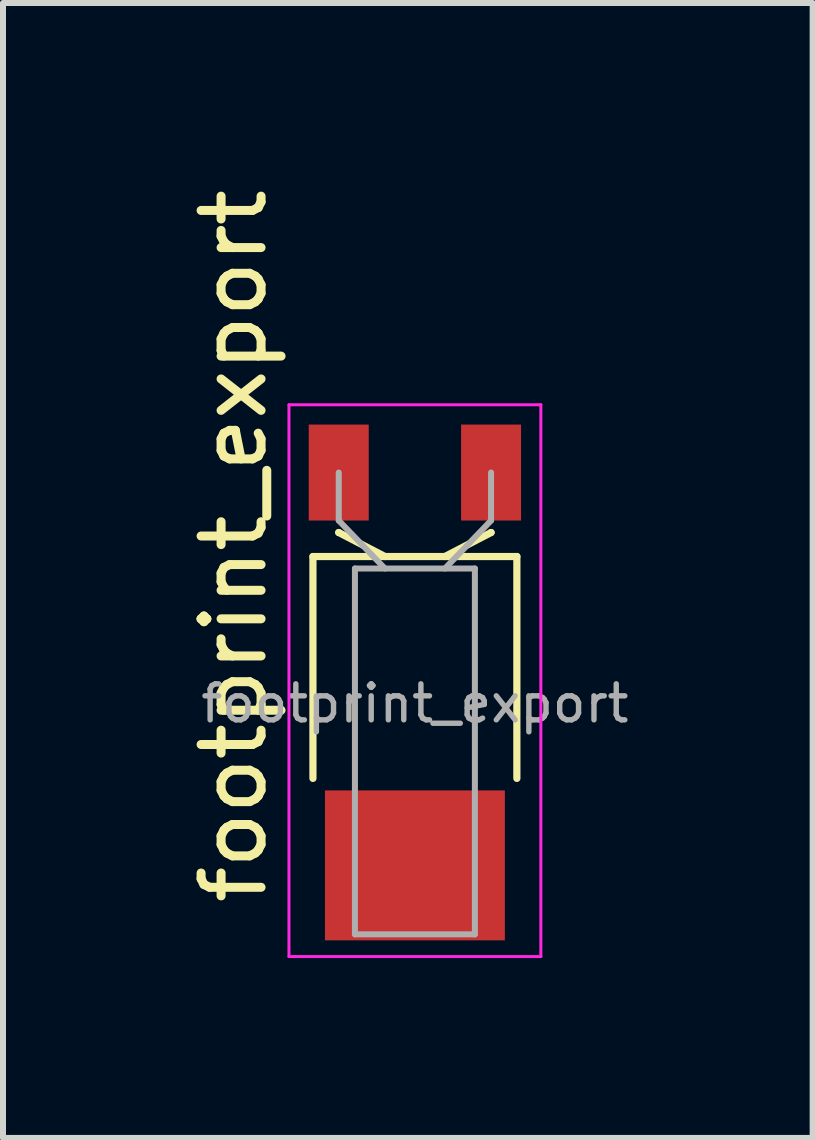
<source format=kicad_pcb>
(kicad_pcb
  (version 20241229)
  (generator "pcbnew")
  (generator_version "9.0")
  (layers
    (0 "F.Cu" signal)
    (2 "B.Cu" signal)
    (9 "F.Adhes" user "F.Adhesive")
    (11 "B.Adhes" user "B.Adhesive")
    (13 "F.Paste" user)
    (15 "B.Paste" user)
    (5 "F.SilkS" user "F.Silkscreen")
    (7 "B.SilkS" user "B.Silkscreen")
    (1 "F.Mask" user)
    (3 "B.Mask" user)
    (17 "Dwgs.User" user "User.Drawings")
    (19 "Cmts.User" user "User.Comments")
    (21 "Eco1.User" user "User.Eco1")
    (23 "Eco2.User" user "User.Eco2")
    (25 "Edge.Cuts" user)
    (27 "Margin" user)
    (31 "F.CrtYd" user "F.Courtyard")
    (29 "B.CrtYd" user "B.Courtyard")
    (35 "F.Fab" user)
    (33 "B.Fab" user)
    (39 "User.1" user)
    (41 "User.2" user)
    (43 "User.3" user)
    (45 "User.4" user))
  (footprint "footprint_export"
    (layer "F.Cu")
    (at 3.868 8.329)
    (property "Reference" "footprint_export" (at -3.02 -2.275 90) (layer "F.SilkS") (effects (font (size 1 1) (thickness 0.15))))
    (attr smd)
    (fp_line (start -1.7 -2.1) (end 1.7 -2.1) (stroke (width 0.12) (type solid)) (layer "F.SilkS"))
    (fp_line (start -1.7 1.6) (end -1.7 -2.1) (stroke (width 0.12) (type solid)) (layer "F.SilkS"))
    (fp_line (start -1.27 -2.5) (end -1.27 -2.5) (stroke (width 0.12) (type solid)) (layer "F.SilkS"))
    (fp_line (start -0.5 -2.1) (end -1.27 -2.5) (stroke (width 0.12) (type solid)) (layer "F.SilkS"))
    (fp_line (start 0.5 -2.1) (end 1.27 -2.5) (stroke (width 0.12) (type solid)) (layer "F.SilkS"))
    (fp_line (start 1.27 -2.5) (end 1.27 -2.5) (stroke (width 0.12) (type solid)) (layer "F.SilkS"))
    (fp_line (start 1.7 -2.1) (end 1.7 1.6) (stroke (width 0.12) (type solid)) (layer "F.SilkS"))
    (fp_line (start -2.1 -4.63) (end -2.1 4.57) (stroke (width 0.05) (type solid)) (layer "F.CrtYd"))
    (fp_line (start -2.1 4.57) (end 2.1 4.57) (stroke (width 0.05) (type solid)) (layer "F.CrtYd"))
    (fp_line (start 2.1 -4.63) (end -2.1 -4.63) (stroke (width 0.05) (type solid)) (layer "F.CrtYd"))
    (fp_line (start 2.1 4.57) (end 2.1 -4.63) (stroke (width 0.05) (type solid)) (layer "F.CrtYd"))
    (fp_line (start -1.27 -2.7) (end -1.27 -3.5) (stroke (width 0.1) (type solid)) (layer "F.Fab"))
    (fp_line (start -1 -1.9) (end -1 4.2) (stroke (width 0.1) (type solid)) (layer "F.Fab"))
    (fp_line (start -1 4.2) (end 1 4.2) (stroke (width 0.1) (type solid)) (layer "F.Fab"))
    (fp_line (start -0.5 -1.9) (end -1.27 -2.7) (stroke (width 0.1) (type solid)) (layer "F.Fab"))
    (fp_line (start 0.5 -1.9) (end 1.27 -2.7) (stroke (width 0.1) (type solid)) (layer "F.Fab"))
    (fp_line (start 1 -1.9) (end -1 -1.9) (stroke (width 0.1) (type solid)) (layer "F.Fab"))
    (fp_line (start 1 4.2) (end 1 -1.9) (stroke (width 0.1) (type solid)) (layer "F.Fab"))
    (fp_line (start 1.27 -2.7) (end 1.27 -3.5) (stroke (width 0.1) (type solid)) (layer "F.Fab"))
    (fp_text user "${REFERENCE}" (at 0 0.35 0) (layer "F.Fab") (effects (font (size 0.6 0.6) (thickness 0.09))))
    (pad "1" smd rect (at -1.27 -3.5) (size 1 1.6) (layers "F.Cu" "F.Mask" "F.Paste"))
    (pad "2" smd rect (at 1.27 -3.5) (size 1 1.6) (layers "F.Cu" "F.Mask" "F.Paste"))
    (pad "3" smd rect (at 0 3.05) (size 3 2.5) (layers "F.Cu" "F.Mask" "F.Paste")))
  (gr_rect
    (start -3 -3)
    (end 10.5 15.924)
    (stroke (width 0.1) (type default))
    (fill no)
    (layer "Edge.Cuts")))
</source>
